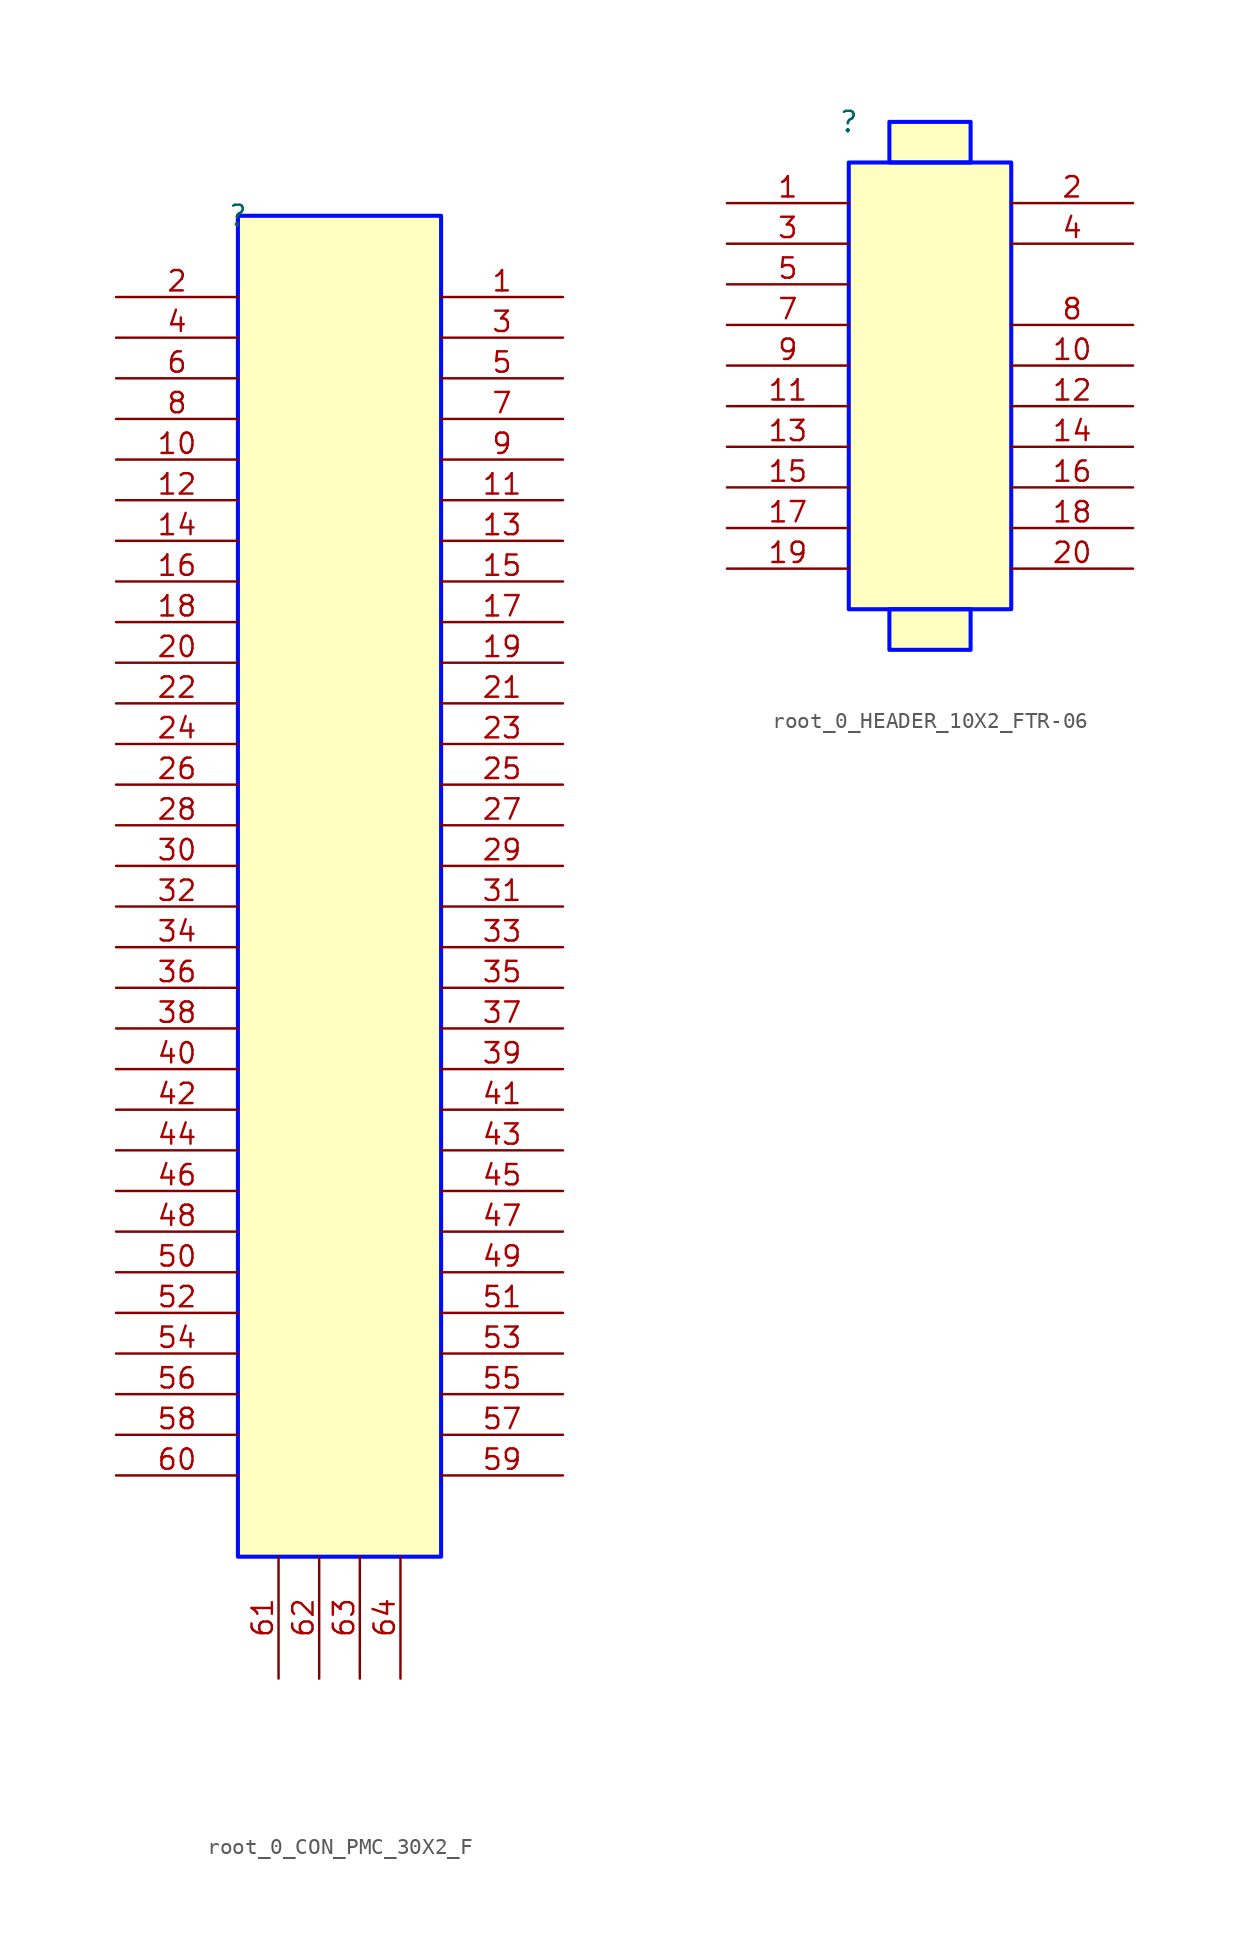
<source format=kicad_sym>
(kicad_symbol_lib
  (version 20231120)
  (generator "kicad_symbol_editor")
  (generator_version "8.0")
  (symbol "root_0_CON_PMC_30X2_F"
    (property "Reference" ""
      (at 0 0 0)
      (effects (font (size 1.27 1.27))))
    (property "Value" ""
      (at 0 0 0)
      (effects (font (size 1.27 1.27))))
    (symbol "root_0_CON_PMC_30X2_F_1_0"
      (rectangle (start 12.7 0) (end 0 -83.82) (stroke (width 0.254) (type solid) (color 0 11 255 1)) (fill (type background)))
      (pin passive line (at 20.32 -5.08 180) (length 7.62) (name "1" (effects (font (size 0 0)))) (number "1" (effects (font (size 1.27 1.27)))))
      (pin passive line (at -7.62 -15.24 0) (length 7.62) (name "10" (effects (font (size 0 0)))) (number "10" (effects (font (size 1.27 1.27)))))
      (pin passive line (at 20.32 -17.78 180) (length 7.62) (name "11" (effects (font (size 0 0)))) (number "11" (effects (font (size 1.27 1.27)))))
      (pin passive line (at -7.62 -17.78 0) (length 7.62) (name "12" (effects (font (size 0 0)))) (number "12" (effects (font (size 1.27 1.27)))))
      (pin passive line (at 20.32 -20.32 180) (length 7.62) (name "13" (effects (font (size 0 0)))) (number "13" (effects (font (size 1.27 1.27)))))
      (pin passive line (at -7.62 -20.32 0) (length 7.62) (name "14" (effects (font (size 0 0)))) (number "14" (effects (font (size 1.27 1.27)))))
      (pin passive line (at 20.32 -22.86 180) (length 7.62) (name "15" (effects (font (size 0 0)))) (number "15" (effects (font (size 1.27 1.27)))))
      (pin passive line (at -7.62 -22.86 0) (length 7.62) (name "16" (effects (font (size 0 0)))) (number "16" (effects (font (size 1.27 1.27)))))
      (pin passive line (at 20.32 -25.4 180) (length 7.62) (name "17" (effects (font (size 0 0)))) (number "17" (effects (font (size 1.27 1.27)))))
      (pin passive line (at -7.62 -25.4 0) (length 7.62) (name "18" (effects (font (size 0 0)))) (number "18" (effects (font (size 1.27 1.27)))))
      (pin passive line (at 20.32 -27.94 180) (length 7.62) (name "19" (effects (font (size 0 0)))) (number "19" (effects (font (size 1.27 1.27)))))
      (pin passive line (at -7.62 -5.08 0) (length 7.62) (name "2" (effects (font (size 0 0)))) (number "2" (effects (font (size 1.27 1.27)))))
      (pin passive line (at -7.62 -27.94 0) (length 7.62) (name "20" (effects (font (size 0 0)))) (number "20" (effects (font (size 1.27 1.27)))))
      (pin passive line (at 20.32 -30.48 180) (length 7.62) (name "21" (effects (font (size 0 0)))) (number "21" (effects (font (size 1.27 1.27)))))
      (pin passive line (at -7.62 -30.48 0) (length 7.62) (name "22" (effects (font (size 0 0)))) (number "22" (effects (font (size 1.27 1.27)))))
      (pin passive line (at 20.32 -33.02 180) (length 7.62) (name "23" (effects (font (size 0 0)))) (number "23" (effects (font (size 1.27 1.27)))))
      (pin passive line (at -7.62 -33.02 0) (length 7.62) (name "24" (effects (font (size 0 0)))) (number "24" (effects (font (size 1.27 1.27)))))
      (pin passive line (at 20.32 -35.56 180) (length 7.62) (name "25" (effects (font (size 0 0)))) (number "25" (effects (font (size 1.27 1.27)))))
      (pin passive line (at -7.62 -35.56 0) (length 7.62) (name "26" (effects (font (size 0 0)))) (number "26" (effects (font (size 1.27 1.27)))))
      (pin passive line (at 20.32 -38.1 180) (length 7.62) (name "27" (effects (font (size 0 0)))) (number "27" (effects (font (size 1.27 1.27)))))
      (pin passive line (at -7.62 -38.1 0) (length 7.62) (name "28" (effects (font (size 0 0)))) (number "28" (effects (font (size 1.27 1.27)))))
      (pin passive line (at 20.32 -40.64 180) (length 7.62) (name "29" (effects (font (size 0 0)))) (number "29" (effects (font (size 1.27 1.27)))))
      (pin passive line (at 20.32 -7.62 180) (length 7.62) (name "3" (effects (font (size 0 0)))) (number "3" (effects (font (size 1.27 1.27)))))
      (pin passive line (at -7.62 -40.64 0) (length 7.62) (name "30" (effects (font (size 0 0)))) (number "30" (effects (font (size 1.27 1.27)))))
      (pin passive line (at 20.32 -43.18 180) (length 7.62) (name "31" (effects (font (size 0 0)))) (number "31" (effects (font (size 1.27 1.27)))))
      (pin passive line (at -7.62 -43.18 0) (length 7.62) (name "32" (effects (font (size 0 0)))) (number "32" (effects (font (size 1.27 1.27)))))
      (pin passive line (at 20.32 -45.72 180) (length 7.62) (name "33" (effects (font (size 0 0)))) (number "33" (effects (font (size 1.27 1.27)))))
      (pin passive line (at -7.62 -45.72 0) (length 7.62) (name "34" (effects (font (size 0 0)))) (number "34" (effects (font (size 1.27 1.27)))))
      (pin passive line (at 20.32 -48.26 180) (length 7.62) (name "35" (effects (font (size 0 0)))) (number "35" (effects (font (size 1.27 1.27)))))
      (pin passive line (at -7.62 -48.26 0) (length 7.62) (name "36" (effects (font (size 0 0)))) (number "36" (effects (font (size 1.27 1.27)))))
      (pin passive line (at 20.32 -50.8 180) (length 7.62) (name "37" (effects (font (size 0 0)))) (number "37" (effects (font (size 1.27 1.27)))))
      (pin passive line (at -7.62 -50.8 0) (length 7.62) (name "38" (effects (font (size 0 0)))) (number "38" (effects (font (size 1.27 1.27)))))
      (pin passive line (at 20.32 -53.34 180) (length 7.62) (name "39" (effects (font (size 0 0)))) (number "39" (effects (font (size 1.27 1.27)))))
      (pin passive line (at -7.62 -7.62 0) (length 7.62) (name "4" (effects (font (size 0 0)))) (number "4" (effects (font (size 1.27 1.27)))))
      (pin passive line (at -7.62 -53.34 0) (length 7.62) (name "40" (effects (font (size 0 0)))) (number "40" (effects (font (size 1.27 1.27)))))
      (pin passive line (at 20.32 -55.88 180) (length 7.62) (name "41" (effects (font (size 0 0)))) (number "41" (effects (font (size 1.27 1.27)))))
      (pin passive line (at -7.62 -55.88 0) (length 7.62) (name "42" (effects (font (size 0 0)))) (number "42" (effects (font (size 1.27 1.27)))))
      (pin passive line (at 20.32 -58.42 180) (length 7.62) (name "43" (effects (font (size 0 0)))) (number "43" (effects (font (size 1.27 1.27)))))
      (pin passive line (at -7.62 -58.42 0) (length 7.62) (name "44" (effects (font (size 0 0)))) (number "44" (effects (font (size 1.27 1.27)))))
      (pin passive line (at 20.32 -60.96 180) (length 7.62) (name "45" (effects (font (size 0 0)))) (number "45" (effects (font (size 1.27 1.27)))))
      (pin passive line (at -7.62 -60.96 0) (length 7.62) (name "46" (effects (font (size 0 0)))) (number "46" (effects (font (size 1.27 1.27)))))
      (pin passive line (at 20.32 -63.5 180) (length 7.62) (name "47" (effects (font (size 0 0)))) (number "47" (effects (font (size 1.27 1.27)))))
      (pin passive line (at -7.62 -63.5 0) (length 7.62) (name "48" (effects (font (size 0 0)))) (number "48" (effects (font (size 1.27 1.27)))))
      (pin passive line (at 20.32 -66.04 180) (length 7.62) (name "49" (effects (font (size 0 0)))) (number "49" (effects (font (size 1.27 1.27)))))
      (pin passive line (at 20.32 -10.16 180) (length 7.62) (name "5" (effects (font (size 0 0)))) (number "5" (effects (font (size 1.27 1.27)))))
      (pin passive line (at -7.62 -66.04 0) (length 7.62) (name "50" (effects (font (size 0 0)))) (number "50" (effects (font (size 1.27 1.27)))))
      (pin passive line (at 20.32 -68.58 180) (length 7.62) (name "51" (effects (font (size 0 0)))) (number "51" (effects (font (size 1.27 1.27)))))
      (pin passive line (at -7.62 -68.58 0) (length 7.62) (name "52" (effects (font (size 0 0)))) (number "52" (effects (font (size 1.27 1.27)))))
      (pin passive line (at 20.32 -71.12 180) (length 7.62) (name "53" (effects (font (size 0 0)))) (number "53" (effects (font (size 1.27 1.27)))))
      (pin passive line (at -7.62 -71.12 0) (length 7.62) (name "54" (effects (font (size 0 0)))) (number "54" (effects (font (size 1.27 1.27)))))
      (pin passive line (at 20.32 -73.66 180) (length 7.62) (name "55" (effects (font (size 0 0)))) (number "55" (effects (font (size 1.27 1.27)))))
      (pin passive line (at -7.62 -73.66 0) (length 7.62) (name "56" (effects (font (size 0 0)))) (number "56" (effects (font (size 1.27 1.27)))))
      (pin passive line (at 20.32 -76.2 180) (length 7.62) (name "57" (effects (font (size 0 0)))) (number "57" (effects (font (size 1.27 1.27)))))
      (pin passive line (at -7.62 -76.2 0) (length 7.62) (name "58" (effects (font (size 0 0)))) (number "58" (effects (font (size 1.27 1.27)))))
      (pin passive line (at 20.32 -78.74 180) (length 7.62) (name "59" (effects (font (size 0 0)))) (number "59" (effects (font (size 1.27 1.27)))))
      (pin passive line (at -7.62 -10.16 0) (length 7.62) (name "6" (effects (font (size 0 0)))) (number "6" (effects (font (size 1.27 1.27)))))
      (pin passive line (at -7.62 -78.74 0) (length 7.62) (name "60" (effects (font (size 0 0)))) (number "60" (effects (font (size 1.27 1.27)))))
      (pin passive line (at 2.54 -91.44 90) (length 7.62) (name "61" (effects (font (size 0 0)))) (number "61" (effects (font (size 1.27 1.27)))))
      (pin passive line (at 5.08 -91.44 90) (length 7.62) (name "62" (effects (font (size 0 0)))) (number "62" (effects (font (size 1.27 1.27)))))
      (pin passive line (at 7.62 -91.44 90) (length 7.62) (name "63" (effects (font (size 0 0)))) (number "63" (effects (font (size 1.27 1.27)))))
      (pin passive line (at 10.16 -91.44 90) (length 7.62) (name "64" (effects (font (size 0 0)))) (number "64" (effects (font (size 1.27 1.27)))))
      (pin passive line (at 20.32 -12.7 180) (length 7.62) (name "7" (effects (font (size 0 0)))) (number "7" (effects (font (size 1.27 1.27)))))
      (pin passive line (at -7.62 -12.7 0) (length 7.62) (name "8" (effects (font (size 0 0)))) (number "8" (effects (font (size 1.27 1.27)))))
      (pin passive line (at 20.32 -15.24 180) (length 7.62) (name "9" (effects (font (size 0 0)))) (number "9" (effects (font (size 1.27 1.27)))))))
  (symbol "root_0_HEADER_10X2_FTR-06"
    (property "Reference" ""
      (at 0 0 0)
      (effects (font (size 1.27 1.27))))
    (property "Value" ""
      (at 0 0 0)
      (effects (font (size 1.27 1.27))))
    (symbol "root_0_HEADER_10X2_FTR-06_1_0"
      (rectangle (start 7.62 -30.48) (end 2.54 -33.02) (stroke (width 0.254) (type solid) (color 0 11 255 1)) (fill (type background)))
      (rectangle (start 7.62 0) (end 2.54 -2.54) (stroke (width 0.254) (type solid) (color 0 11 255 1)) (fill (type background)))
      (rectangle (start 10.16 -2.54) (end 0 -30.48) (stroke (width 0.254) (type solid) (color 0 11 255 1)) (fill (type background)))
      (pin passive line (at -7.62 -5.08 0) (length 7.62) (name "1" (effects (font (size 0 0)))) (number "1" (effects (font (size 1.27 1.27)))))
      (pin passive line (at 17.78 -15.24 180) (length 7.62) (name "10" (effects (font (size 0 0)))) (number "10" (effects (font (size 1.27 1.27)))))
      (pin passive line (at -7.62 -17.78 0) (length 7.62) (name "11" (effects (font (size 0 0)))) (number "11" (effects (font (size 1.27 1.27)))))
      (pin passive line (at 17.78 -17.78 180) (length 7.62) (name "12" (effects (font (size 0 0)))) (number "12" (effects (font (size 1.27 1.27)))))
      (pin passive line (at -7.62 -20.32 0) (length 7.62) (name "13" (effects (font (size 0 0)))) (number "13" (effects (font (size 1.27 1.27)))))
      (pin passive line (at 17.78 -20.32 180) (length 7.62) (name "14" (effects (font (size 0 0)))) (number "14" (effects (font (size 1.27 1.27)))))
      (pin passive line (at -7.62 -22.86 0) (length 7.62) (name "15" (effects (font (size 0 0)))) (number "15" (effects (font (size 1.27 1.27)))))
      (pin passive line (at 17.78 -22.86 180) (length 7.62) (name "16" (effects (font (size 0 0)))) (number "16" (effects (font (size 1.27 1.27)))))
      (pin passive line (at -7.62 -25.4 0) (length 7.62) (name "17" (effects (font (size 0 0)))) (number "17" (effects (font (size 1.27 1.27)))))
      (pin passive line (at 17.78 -25.4 180) (length 7.62) (name "18" (effects (font (size 0 0)))) (number "18" (effects (font (size 1.27 1.27)))))
      (pin passive line (at -7.62 -27.94 0) (length 7.62) (name "19" (effects (font (size 0 0)))) (number "19" (effects (font (size 1.27 1.27)))))
      (pin passive line (at 17.78 -5.08 180) (length 7.62) (name "2" (effects (font (size 0 0)))) (number "2" (effects (font (size 1.27 1.27)))))
      (pin passive line (at 17.78 -27.94 180) (length 7.62) (name "20" (effects (font (size 0 0)))) (number "20" (effects (font (size 1.27 1.27)))))
      (pin passive line (at -7.62 -7.62 0) (length 7.62) (name "3" (effects (font (size 0 0)))) (number "3" (effects (font (size 1.27 1.27)))))
      (pin passive line (at 17.78 -7.62 180) (length 7.62) (name "4" (effects (font (size 0 0)))) (number "4" (effects (font (size 1.27 1.27)))))
      (pin passive line (at -7.62 -10.16 0) (length 7.62) (name "5" (effects (font (size 0 0)))) (number "5" (effects (font (size 1.27 1.27)))))
      (pin passive line (at -7.62 -12.7 0) (length 7.62) (name "7" (effects (font (size 0 0)))) (number "7" (effects (font (size 1.27 1.27)))))
      (pin passive line (at 17.78 -12.7 180) (length 7.62) (name "8" (effects (font (size 0 0)))) (number "8" (effects (font (size 1.27 1.27)))))
      (pin passive line (at -7.62 -15.24 0) (length 7.62) (name "9" (effects (font (size 0 0)))) (number "9" (effects (font (size 1.27 1.27))))))))
</source>
